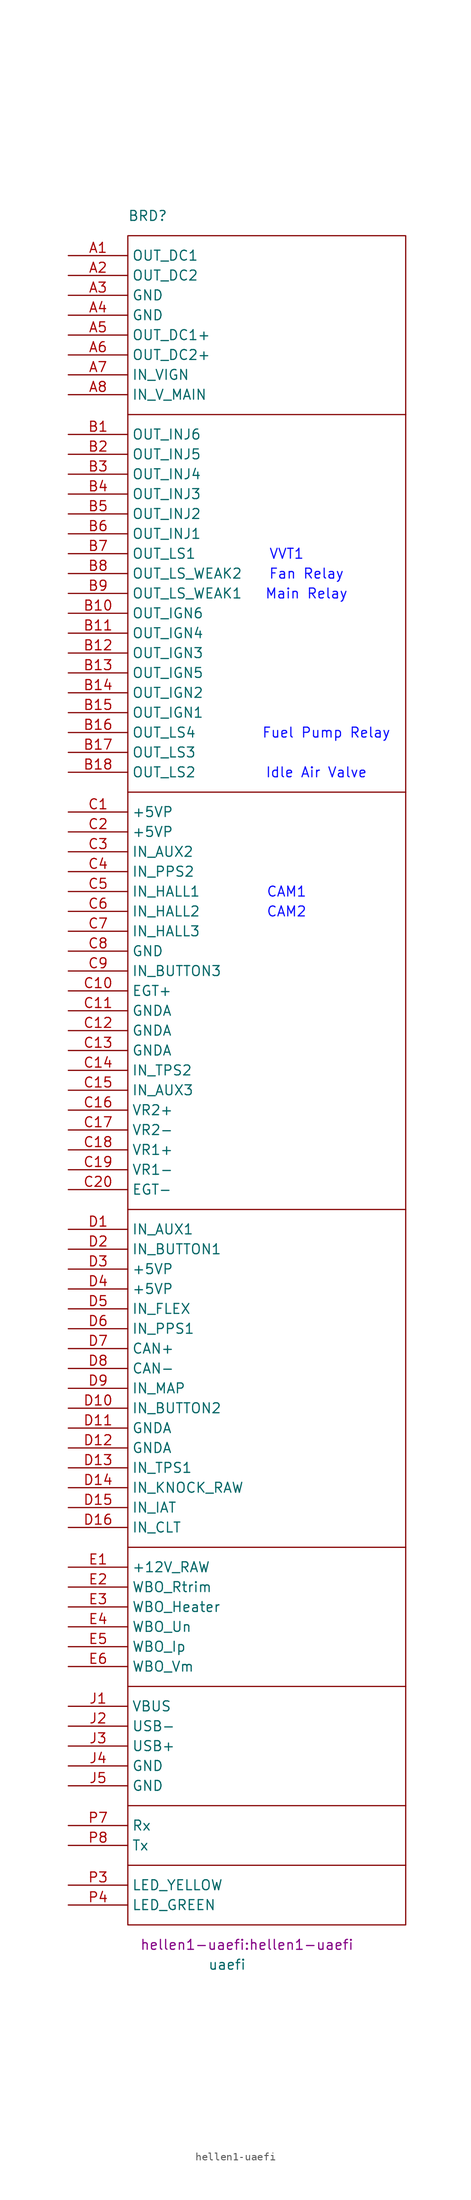
<source format=kicad_sym>
(kicad_symbol_lib
  (version 20220914)
  (generator kicad_symbol_editor)
  (symbol "hellen1-uaefi"
    (property "Reference" "BRD"
      (at 10.16 5.08 0)
      (effects (font (size 1.27 1.27))))
    (property "Value" "uaefi"
      (at 20.32 -218.44 0)
      (effects (font (size 1.27 1.27))))
    (property "Footprint" "hellen1-uaefi:hellen1-uaefi"
      (at 22.86 -215.9 0)
      (effects (font (size 1.27 1.27))))
    (symbol "hellen1-uaefi_0_1"
      (polyline (pts (xy 7.62 -205.74) (xy 43.18 -205.74)) (stroke (width 0) (type default)) (fill (type none)))
      (polyline (pts (xy 7.62 -198.12) (xy 43.18 -198.12)) (stroke (width 0) (type default)) (fill (type none)))
      (polyline (pts (xy 7.62 -182.88) (xy 43.18 -182.88)) (stroke (width 0) (type default)) (fill (type none)))
      (polyline (pts (xy 7.62 -165.1) (xy 43.18 -165.1)) (stroke (width 0) (type default)) (fill (type none)))
      (polyline (pts (xy 7.62 -121.92) (xy 43.18 -121.92)) (stroke (width 0) (type default)) (fill (type none)))
      (polyline (pts (xy 7.62 -68.58) (xy 43.18 -68.58)) (stroke (width 0) (type default)) (fill (type none)))
      (polyline (pts (xy 7.62 -20.32) (xy 43.18 -20.32)) (stroke (width 0) (type default)) (fill (type none)))
      (rectangle (start 7.62 2.54) (end 43.18 -213.36) (stroke (width 0) (type default)) (fill (type none))))
    (symbol "hellen1-uaefi_1_0"
      (pin passive line (at 0 -106.68 0) (length 7.62) (name "IN_AUX3" (effects (font (size 1.27 1.27)))) (number "C15" (effects (font (size 1.27 1.27)))))
      (pin passive line (at 0 -109.22 0) (length 7.62) (name "VR2+" (effects (font (size 1.27 1.27)))) (number "C16" (effects (font (size 1.27 1.27)))))
      (pin passive line (at 0 -111.76 0) (length 7.62) (name "VR2-" (effects (font (size 1.27 1.27)))) (number "C17" (effects (font (size 1.27 1.27)))))
      (pin passive line (at 0 -114.3 0) (length 7.62) (name "VR1+" (effects (font (size 1.27 1.27)))) (number "C18" (effects (font (size 1.27 1.27)))))
      (pin passive line (at 0 -116.84 0) (length 7.62) (name "VR1-" (effects (font (size 1.27 1.27)))) (number "C19" (effects (font (size 1.27 1.27)))))
      (pin passive line (at 0 -119.38 0) (length 7.62) (name "EGT-" (effects (font (size 1.27 1.27)))) (number "C20" (effects (font (size 1.27 1.27)))))
      (pin passive line (at 0 -124.46 0) (length 7.62) (name "IN_AUX1" (effects (font (size 1.27 1.27)))) (number "D1" (effects (font (size 1.27 1.27)))))
      (pin passive line (at 0 -147.32 0) (length 7.62) (name "IN_BUTTON2" (effects (font (size 1.27 1.27)))) (number "D10" (effects (font (size 1.27 1.27)))))
      (pin passive line (at 0 -149.86 0) (length 7.62) (name "GNDA" (effects (font (size 1.27 1.27)))) (number "D11" (effects (font (size 1.27 1.27)))))
      (pin passive line (at 0 -152.4 0) (length 7.62) (name "GNDA" (effects (font (size 1.27 1.27)))) (number "D12" (effects (font (size 1.27 1.27)))))
      (pin passive line (at 0 -154.94 0) (length 7.62) (name "IN_TPS1" (effects (font (size 1.27 1.27)))) (number "D13" (effects (font (size 1.27 1.27)))))
      (pin passive line (at 0 -157.48 0) (length 7.62) (name "IN_KNOCK_RAW" (effects (font (size 1.27 1.27)))) (number "D14" (effects (font (size 1.27 1.27)))))
      (pin passive line (at 0 -160.02 0) (length 7.62) (name "IN_IAT" (effects (font (size 1.27 1.27)))) (number "D15" (effects (font (size 1.27 1.27)))))
      (pin passive line (at 0 -162.56 0) (length 7.62) (name "IN_CLT" (effects (font (size 1.27 1.27)))) (number "D16" (effects (font (size 1.27 1.27)))))
      (pin passive line (at 0 -127 0) (length 7.62) (name "IN_BUTTON1" (effects (font (size 1.27 1.27)))) (number "D2" (effects (font (size 1.27 1.27)))))
      (pin passive line (at 0 -129.54 0) (length 7.62) (name "+5VP" (effects (font (size 1.27 1.27)))) (number "D3" (effects (font (size 1.27 1.27)))))
      (pin passive line (at 0 -132.08 0) (length 7.62) (name "+5VP" (effects (font (size 1.27 1.27)))) (number "D4" (effects (font (size 1.27 1.27)))))
      (pin passive line (at 0 -134.62 0) (length 7.62) (name "IN_FLEX" (effects (font (size 1.27 1.27)))) (number "D5" (effects (font (size 1.27 1.27)))))
      (pin passive line (at 0 -137.16 0) (length 7.62) (name "IN_PPS1" (effects (font (size 1.27 1.27)))) (number "D6" (effects (font (size 1.27 1.27)))))
      (pin passive line (at 0 -139.7 0) (length 7.62) (name "CAN+" (effects (font (size 1.27 1.27)))) (number "D7" (effects (font (size 1.27 1.27)))))
      (pin passive line (at 0 -142.24 0) (length 7.62) (name "CAN-" (effects (font (size 1.27 1.27)))) (number "D8" (effects (font (size 1.27 1.27)))))
      (pin passive line (at 0 -144.78 0) (length 7.62) (name "IN_MAP" (effects (font (size 1.27 1.27)))) (number "D9" (effects (font (size 1.27 1.27)))))
      (pin passive line (at 0 -167.64 0) (length 7.62) (name "+12V_RAW" (effects (font (size 1.27 1.27)))) (number "E1" (effects (font (size 1.27 1.27)))))
      (pin passive line (at 0 -170.18 0) (length 7.62) (name "WBO_Rtrim" (effects (font (size 1.27 1.27)))) (number "E2" (effects (font (size 1.27 1.27)))))
      (pin passive line (at 0 -172.72 0) (length 7.62) (name "WBO_Heater" (effects (font (size 1.27 1.27)))) (number "E3" (effects (font (size 1.27 1.27)))))
      (pin passive line (at 0 -175.26 0) (length 7.62) (name "WBO_Un" (effects (font (size 1.27 1.27)))) (number "E4" (effects (font (size 1.27 1.27)))))
      (pin passive line (at 0 -177.8 0) (length 7.62) (name "WBO_Ip" (effects (font (size 1.27 1.27)))) (number "E5" (effects (font (size 1.27 1.27)))))
      (pin passive line (at 0 -180.34 0) (length 7.62) (name "WBO_Vm" (effects (font (size 1.27 1.27)))) (number "E6" (effects (font (size 1.27 1.27)))))
      (pin passive line (at 0 -185.42 0) (length 7.62) (name "VBUS" (effects (font (size 1.27 1.27)))) (number "J1" (effects (font (size 1.27 1.27)))))
      (pin passive line (at 0 -187.96 0) (length 7.62) (name "USB-" (effects (font (size 1.27 1.27)))) (number "J2" (effects (font (size 1.27 1.27)))))
      (pin passive line (at 0 -190.5 0) (length 7.62) (name "USB+" (effects (font (size 1.27 1.27)))) (number "J3" (effects (font (size 1.27 1.27)))))
      (pin passive line (at 0 -193.04 0) (length 7.62) (name "GND" (effects (font (size 1.27 1.27)))) (number "J4" (effects (font (size 1.27 1.27)))))
      (pin passive line (at 0 -195.58 0) (length 7.62) (name "GND" (effects (font (size 1.27 1.27)))) (number "J5" (effects (font (size 1.27 1.27)))))
      (pin passive line (at 0 -208.28 0) (length 7.62) (name "LED_YELLOW" (effects (font (size 1.27 1.27)))) (number "P3" (effects (font (size 1.27 1.27)))))
      (pin passive line (at 0 -210.82 0) (length 7.62) (name "LED_GREEN" (effects (font (size 1.27 1.27)))) (number "P4" (effects (font (size 1.27 1.27)))))
      (pin passive line (at 0 -200.66 0) (length 7.62) (name "Rx" (effects (font (size 1.27 1.27)))) (number "P7" (effects (font (size 1.27 1.27)))))
      (pin passive line (at 0 -203.2 0) (length 7.62) (name "Tx" (effects (font (size 1.27 1.27)))) (number "P8" (effects (font (size 1.27 1.27))))))
    (symbol "hellen1-uaefi_1_1"
      (text "CAM1" (at 27.94 -81.28 0) (effects (font (size 1.27 1.27) (color 13 14 255 1))))
      (text "CAM2" (at 27.94 -83.82 0) (effects (font (size 1.27 1.27) (color 13 14 255 1))))
      (text "Fan Relay" (at 30.48 -40.64 0) (effects (font (size 1.27 1.27) (color 13 14 255 1))))
      (text "Fuel Pump Relay" (at 33.02 -60.96 0) (effects (font (size 1.27 1.27) (color 13 14 255 1))))
      (text "Idle Air Valve" (at 31.75 -66.04 0) (effects (font (size 1.27 1.27) (color 13 14 255 1))))
      (text "Main Relay" (at 30.48 -43.18 0) (effects (font (size 1.27 1.27) (color 13 14 255 1))))
      (text "VVT1" (at 27.94 -38.1 0) (effects (font (size 1.27 1.27) (color 13 14 255 1))))
      (pin passive line (at 0 0 0) (length 7.62) (name "OUT_DC1" (effects (font (size 1.27 1.27)))) (number "A1" (effects (font (size 1.27 1.27)))))
      (pin passive line (at 0 -2.54 0) (length 7.62) (name "OUT_DC2" (effects (font (size 1.27 1.27)))) (number "A2" (effects (font (size 1.27 1.27)))))
      (pin passive line (at 0 -5.08 0) (length 7.62) (name "GND" (effects (font (size 1.27 1.27)))) (number "A3" (effects (font (size 1.27 1.27)))))
      (pin passive line (at 0 -7.62 0) (length 7.62) (name "GND" (effects (font (size 1.27 1.27)))) (number "A4" (effects (font (size 1.27 1.27)))))
      (pin passive line (at 0 -10.16 0) (length 7.62) (name "OUT_DC1+" (effects (font (size 1.27 1.27)))) (number "A5" (effects (font (size 1.27 1.27)))))
      (pin passive line (at 0 -12.7 0) (length 7.62) (name "OUT_DC2+" (effects (font (size 1.27 1.27)))) (number "A6" (effects (font (size 1.27 1.27)))))
      (pin passive line (at 0 -15.24 0) (length 7.62) (name "IN_VIGN" (effects (font (size 1.27 1.27)))) (number "A7" (effects (font (size 1.27 1.27)))))
      (pin passive line (at 0 -17.78 0) (length 7.62) (name "IN_V_MAIN" (effects (font (size 1.27 1.27)))) (number "A8" (effects (font (size 1.27 1.27)))))
      (pin passive line (at 0 -22.86 0) (length 7.62) (name "OUT_INJ6" (effects (font (size 1.27 1.27)))) (number "B1" (effects (font (size 1.27 1.27)))))
      (pin passive line (at 0 -45.72 0) (length 7.62) (name "OUT_IGN6" (effects (font (size 1.27 1.27)))) (number "B10" (effects (font (size 1.27 1.27)))))
      (pin passive line (at 0 -48.26 0) (length 7.62) (name "OUT_IGN4" (effects (font (size 1.27 1.27)))) (number "B11" (effects (font (size 1.27 1.27)))))
      (pin passive line (at 0 -50.8 0) (length 7.62) (name "OUT_IGN3" (effects (font (size 1.27 1.27)))) (number "B12" (effects (font (size 1.27 1.27)))))
      (pin passive line (at 0 -53.34 0) (length 7.62) (name "OUT_IGN5" (effects (font (size 1.27 1.27)))) (number "B13" (effects (font (size 1.27 1.27)))))
      (pin passive line (at 0 -55.88 0) (length 7.62) (name "OUT_IGN2" (effects (font (size 1.27 1.27)))) (number "B14" (effects (font (size 1.27 1.27)))))
      (pin passive line (at 0 -58.42 0) (length 7.62) (name "OUT_IGN1" (effects (font (size 1.27 1.27)))) (number "B15" (effects (font (size 1.27 1.27)))))
      (pin passive line (at 0 -60.96 0) (length 7.62) (name "OUT_LS4" (effects (font (size 1.27 1.27)))) (number "B16" (effects (font (size 1.27 1.27)))))
      (pin passive line (at 0 -63.5 0) (length 7.62) (name "OUT_LS3" (effects (font (size 1.27 1.27)))) (number "B17" (effects (font (size 1.27 1.27)))))
      (pin passive line (at 0 -66.04 0) (length 7.62) (name "OUT_LS2" (effects (font (size 1.27 1.27)))) (number "B18" (effects (font (size 1.27 1.27)))))
      (pin passive line (at 0 -25.4 0) (length 7.62) (name "OUT_INJ5" (effects (font (size 1.27 1.27)))) (number "B2" (effects (font (size 1.27 1.27)))))
      (pin passive line (at 0 -27.94 0) (length 7.62) (name "OUT_INJ4" (effects (font (size 1.27 1.27)))) (number "B3" (effects (font (size 1.27 1.27)))))
      (pin passive line (at 0 -30.48 0) (length 7.62) (name "OUT_INJ3" (effects (font (size 1.27 1.27)))) (number "B4" (effects (font (size 1.27 1.27)))))
      (pin passive line (at 0 -33.02 0) (length 7.62) (name "OUT_INJ2" (effects (font (size 1.27 1.27)))) (number "B5" (effects (font (size 1.27 1.27)))))
      (pin passive line (at 0 -35.56 0) (length 7.62) (name "OUT_INJ1" (effects (font (size 1.27 1.27)))) (number "B6" (effects (font (size 1.27 1.27)))))
      (pin passive line (at 0 -38.1 0) (length 7.62) (name "OUT_LS1" (effects (font (size 1.27 1.27)))) (number "B7" (effects (font (size 1.27 1.27)))))
      (pin passive line (at 0 -40.64 0) (length 7.62) (name "OUT_LS_WEAK2" (effects (font (size 1.27 1.27)))) (number "B8" (effects (font (size 1.27 1.27)))))
      (pin passive line (at 0 -43.18 0) (length 7.62) (name "OUT_LS_WEAK1" (effects (font (size 1.27 1.27)))) (number "B9" (effects (font (size 1.27 1.27)))))
      (pin passive line (at 0 -71.12 0) (length 7.62) (name "+5VP" (effects (font (size 1.27 1.27)))) (number "C1" (effects (font (size 1.27 1.27)))))
      (pin passive line (at 0 -93.98 0) (length 7.62) (name "EGT+" (effects (font (size 1.27 1.27)))) (number "C10" (effects (font (size 1.27 1.27)))))
      (pin passive line (at 0 -96.52 0) (length 7.62) (name "GNDA" (effects (font (size 1.27 1.27)))) (number "C11" (effects (font (size 1.27 1.27)))))
      (pin passive line (at 0 -99.06 0) (length 7.62) (name "GNDA" (effects (font (size 1.27 1.27)))) (number "C12" (effects (font (size 1.27 1.27)))))
      (pin passive line (at 0 -101.6 0) (length 7.62) (name "GNDA" (effects (font (size 1.27 1.27)))) (number "C13" (effects (font (size 1.27 1.27)))))
      (pin passive line (at 0 -104.14 0) (length 7.62) (name "IN_TPS2" (effects (font (size 1.27 1.27)))) (number "C14" (effects (font (size 1.27 1.27)))))
      (pin passive line (at 0 -73.66 0) (length 7.62) (name "+5VP" (effects (font (size 1.27 1.27)))) (number "C2" (effects (font (size 1.27 1.27)))))
      (pin passive line (at 0 -76.2 0) (length 7.62) (name "IN_AUX2" (effects (font (size 1.27 1.27)))) (number "C3" (effects (font (size 1.27 1.27)))))
      (pin passive line (at 0 -78.74 0) (length 7.62) (name "IN_PPS2" (effects (font (size 1.27 1.27)))) (number "C4" (effects (font (size 1.27 1.27)))))
      (pin passive line (at 0 -81.28 0) (length 7.62) (name "IN_HALL1" (effects (font (size 1.27 1.27)))) (number "C5" (effects (font (size 1.27 1.27)))))
      (pin passive line (at 0 -83.82 0) (length 7.62) (name "IN_HALL2" (effects (font (size 1.27 1.27)))) (number "C6" (effects (font (size 1.27 1.27)))))
      (pin passive line (at 0 -86.36 0) (length 7.62) (name "IN_HALL3" (effects (font (size 1.27 1.27)))) (number "C7" (effects (font (size 1.27 1.27)))))
      (pin passive line (at 0 -88.9 0) (length 7.62) (name "GND" (effects (font (size 1.27 1.27)))) (number "C8" (effects (font (size 1.27 1.27)))))
      (pin passive line (at 0 -91.44 0) (length 7.62) (name "IN_BUTTON3" (effects (font (size 1.27 1.27)))) (number "C9" (effects (font (size 1.27 1.27))))))))
</source>
